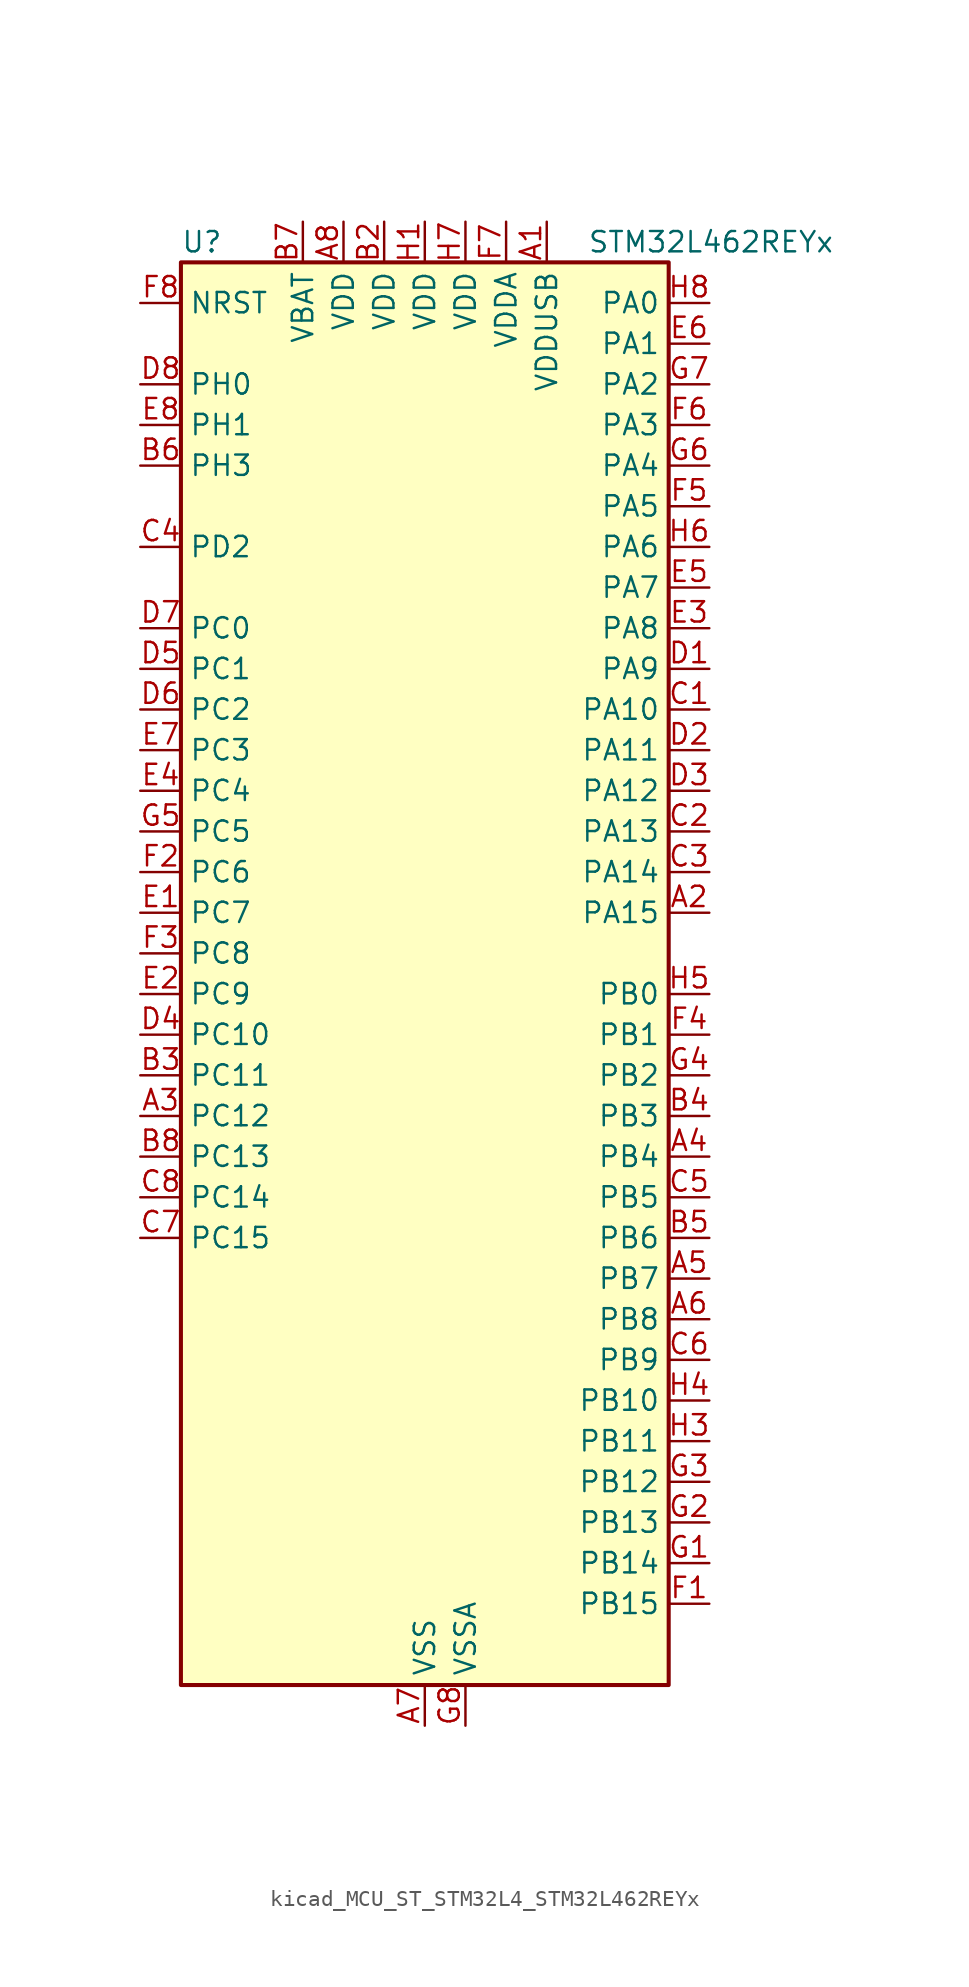
<source format=kicad_sym>
(kicad_symbol_lib
  (version 20220914)
  (generator kicad_symbol_editor)
  (symbol "kicad_MCU_ST_STM32L4_STM32L462REYx"
    (property "Reference" "U"
      (at -15.24 46.99 0)
      (effects (font (size 1.27 1.27)) (justify left)))
    (property "Value" "STM32L462REYx"
      (at 10.16 46.99 0)
      (effects (font (size 1.27 1.27)) (justify left)))
    (property "ki_locked" ""
      (at 0 0 0)
      (effects (font (size 1.27 1.27))))
    (symbol "kicad_MCU_ST_STM32L4_STM32L462REYx_0_1"
      (rectangle (start -15.24 -43.18) (end 15.24 45.72) (stroke (width 0.254) (type default)) (fill (type background))))
    (symbol "kicad_MCU_ST_STM32L4_STM32L462REYx_1_1"
      (pin power_in line (at 7.62 48.26 270) (length 2.54) (name "VDDUSB" (effects (font (size 1.27 1.27)))) (number "A1" (effects (font (size 1.27 1.27)))))
      (pin bidirectional line (at 17.78 5.08 180) (length 2.54) (name "PA15" (effects (font (size 1.27 1.27)))) (number "A2" (effects (font (size 1.27 1.27)))) (alternate "ADC1_EXTI15" bidirectional line) (alternate "SPI1_NSS" bidirectional line) (alternate "SPI3_NSS" bidirectional line) (alternate "SYS_JTDI" bidirectional line) (alternate "TIM2_CH1" bidirectional line) (alternate "TIM2_ETR" bidirectional line) (alternate "TSC_G3_IO1" bidirectional line) (alternate "UART4_DE" bidirectional line) (alternate "UART4_RTS" bidirectional line) (alternate "USART2_RX" bidirectional line) (alternate "USART3_DE" bidirectional line) (alternate "USART3_RTS" bidirectional line))
      (pin bidirectional line (at -17.78 -7.62 0) (length 2.54) (name "PC12" (effects (font (size 1.27 1.27)))) (number "A3" (effects (font (size 1.27 1.27)))) (alternate "SDMMC1_CK" bidirectional line) (alternate "SPI3_MOSI" bidirectional line) (alternate "SYS_TRACED3" bidirectional line) (alternate "TSC_G3_IO4" bidirectional line) (alternate "USART3_CK" bidirectional line))
      (pin bidirectional line (at 17.78 -10.16 180) (length 2.54) (name "PB4" (effects (font (size 1.27 1.27)))) (number "A4" (effects (font (size 1.27 1.27)))) (alternate "COMP2_INP" bidirectional line) (alternate "I2C3_SDA" bidirectional line) (alternate "SAI1_MCLK_B" bidirectional line) (alternate "SPI1_MISO" bidirectional line) (alternate "SPI3_MISO" bidirectional line) (alternate "SYS_JTRST" bidirectional line) (alternate "TIM3_CH1" bidirectional line) (alternate "TSC_G2_IO1" bidirectional line) (alternate "USART1_CTS" bidirectional line))
      (pin bidirectional line (at 17.78 -17.78 180) (length 2.54) (name "PB7" (effects (font (size 1.27 1.27)))) (number "A5" (effects (font (size 1.27 1.27)))) (alternate "COMP2_INM" bidirectional line) (alternate "I2C1_SDA" bidirectional line) (alternate "I2C4_SDA" bidirectional line) (alternate "LPTIM1_IN2" bidirectional line) (alternate "SYS_PVD_IN" bidirectional line) (alternate "TSC_G2_IO4" bidirectional line) (alternate "UART4_CTS" bidirectional line) (alternate "USART1_RX" bidirectional line))
      (pin bidirectional line (at 17.78 -20.32 180) (length 2.54) (name "PB8" (effects (font (size 1.27 1.27)))) (number "A6" (effects (font (size 1.27 1.27)))) (alternate "CAN1_RX" bidirectional line) (alternate "I2C1_SCL" bidirectional line) (alternate "SAI1_MCLK_A" bidirectional line) (alternate "SDMMC1_D4" bidirectional line) (alternate "TIM16_CH1" bidirectional line))
      (pin power_in line (at 0 -45.72 90) (length 2.54) (name "VSS" (effects (font (size 1.27 1.27)))) (number "A7" (effects (font (size 1.27 1.27)))))
      (pin power_in line (at -5.08 48.26 270) (length 2.54) (name "VDD" (effects (font (size 1.27 1.27)))) (number "A8" (effects (font (size 1.27 1.27)))))
      (pin passive line (at 0 -45.72 90) (length 2.54) hide (name "VSS" (effects (font (size 1.27 1.27)))) (number "B1" (effects (font (size 1.27 1.27)))))
      (pin power_in line (at -2.54 48.26 270) (length 2.54) (name "VDD" (effects (font (size 1.27 1.27)))) (number "B2" (effects (font (size 1.27 1.27)))))
      (pin bidirectional line (at -17.78 -5.08 0) (length 2.54) (name "PC11" (effects (font (size 1.27 1.27)))) (number "B3" (effects (font (size 1.27 1.27)))) (alternate "ADC1_EXTI11" bidirectional line) (alternate "SDMMC1_D3" bidirectional line) (alternate "SPI3_MISO" bidirectional line) (alternate "TSC_G3_IO3" bidirectional line) (alternate "UART4_RX" bidirectional line) (alternate "USART3_RX" bidirectional line))
      (pin bidirectional line (at 17.78 -7.62 180) (length 2.54) (name "PB3" (effects (font (size 1.27 1.27)))) (number "B4" (effects (font (size 1.27 1.27)))) (alternate "COMP2_INM" bidirectional line) (alternate "SAI1_SCK_B" bidirectional line) (alternate "SPI1_SCK" bidirectional line) (alternate "SPI3_SCK" bidirectional line) (alternate "SYS_JTDO-SWO" bidirectional line) (alternate "TIM2_CH2" bidirectional line) (alternate "USART1_DE" bidirectional line) (alternate "USART1_RTS" bidirectional line))
      (pin bidirectional line (at 17.78 -15.24 180) (length 2.54) (name "PB6" (effects (font (size 1.27 1.27)))) (number "B5" (effects (font (size 1.27 1.27)))) (alternate "CAN1_TX" bidirectional line) (alternate "COMP2_INP" bidirectional line) (alternate "I2C1_SCL" bidirectional line) (alternate "I2C4_SCL" bidirectional line) (alternate "LPTIM1_ETR" bidirectional line) (alternate "SAI1_FS_B" bidirectional line) (alternate "TIM16_CH1N" bidirectional line) (alternate "TSC_G2_IO3" bidirectional line) (alternate "USART1_TX" bidirectional line))
      (pin bidirectional line (at -17.78 33.02 0) (length 2.54) (name "PH3" (effects (font (size 1.27 1.27)))) (number "B6" (effects (font (size 1.27 1.27)))))
      (pin power_in line (at -7.62 48.26 270) (length 2.54) (name "VBAT" (effects (font (size 1.27 1.27)))) (number "B7" (effects (font (size 1.27 1.27)))))
      (pin bidirectional line (at -17.78 -10.16 0) (length 2.54) (name "PC13" (effects (font (size 1.27 1.27)))) (number "B8" (effects (font (size 1.27 1.27)))) (alternate "RTC_OUT_ALARM" bidirectional line) (alternate "RTC_OUT_CALIB" bidirectional line) (alternate "RTC_TAMP1" bidirectional line) (alternate "RTC_TS" bidirectional line) (alternate "SYS_WKUP2" bidirectional line))
      (pin bidirectional line (at 17.78 17.78 180) (length 2.54) (name "PA10" (effects (font (size 1.27 1.27)))) (number "C1" (effects (font (size 1.27 1.27)))) (alternate "CRS_SYNC" bidirectional line) (alternate "I2C1_SDA" bidirectional line) (alternate "SAI1_SD_A" bidirectional line) (alternate "TIM1_CH3" bidirectional line) (alternate "USART1_RX" bidirectional line))
      (pin bidirectional line (at 17.78 10.16 180) (length 2.54) (name "PA13" (effects (font (size 1.27 1.27)))) (number "C2" (effects (font (size 1.27 1.27)))) (alternate "IR_OUT" bidirectional line) (alternate "SAI1_SD_B" bidirectional line) (alternate "SYS_JTMS-SWDIO" bidirectional line) (alternate "USB_NOE" bidirectional line))
      (pin bidirectional line (at 17.78 7.62 180) (length 2.54) (name "PA14" (effects (font (size 1.27 1.27)))) (number "C3" (effects (font (size 1.27 1.27)))) (alternate "I2C1_SMBA" bidirectional line) (alternate "I2C4_SMBA" bidirectional line) (alternate "LPTIM1_OUT" bidirectional line) (alternate "SAI1_FS_B" bidirectional line) (alternate "SYS_JTCK-SWCLK" bidirectional line))
      (pin bidirectional line (at -17.78 27.94 0) (length 2.54) (name "PD2" (effects (font (size 1.27 1.27)))) (number "C4" (effects (font (size 1.27 1.27)))) (alternate "SDMMC1_CMD" bidirectional line) (alternate "SYS_TRACED2" bidirectional line) (alternate "TIM3_ETR" bidirectional line) (alternate "TSC_SYNC" bidirectional line) (alternate "USART3_DE" bidirectional line) (alternate "USART3_RTS" bidirectional line))
      (pin bidirectional line (at 17.78 -12.7 180) (length 2.54) (name "PB5" (effects (font (size 1.27 1.27)))) (number "C5" (effects (font (size 1.27 1.27)))) (alternate "CAN1_RX" bidirectional line) (alternate "COMP2_OUT" bidirectional line) (alternate "I2C1_SMBA" bidirectional line) (alternate "LPTIM1_IN1" bidirectional line) (alternate "SAI1_SD_B" bidirectional line) (alternate "SPI1_MOSI" bidirectional line) (alternate "SPI3_MOSI" bidirectional line) (alternate "TIM16_BKIN" bidirectional line) (alternate "TIM3_CH2" bidirectional line) (alternate "TSC_G2_IO2" bidirectional line) (alternate "USART1_CK" bidirectional line))
      (pin bidirectional line (at 17.78 -22.86 180) (length 2.54) (name "PB9" (effects (font (size 1.27 1.27)))) (number "C6" (effects (font (size 1.27 1.27)))) (alternate "CAN1_TX" bidirectional line) (alternate "DAC1_EXTI9" bidirectional line) (alternate "I2C1_SDA" bidirectional line) (alternate "IR_OUT" bidirectional line) (alternate "SAI1_FS_A" bidirectional line) (alternate "SDMMC1_D5" bidirectional line) (alternate "SPI2_NSS" bidirectional line))
      (pin bidirectional line (at -17.78 -15.24 0) (length 2.54) (name "PC15" (effects (font (size 1.27 1.27)))) (number "C7" (effects (font (size 1.27 1.27)))) (alternate "ADC1_EXTI15" bidirectional line) (alternate "RCC_OSC32_OUT" bidirectional line))
      (pin bidirectional line (at -17.78 -12.7 0) (length 2.54) (name "PC14" (effects (font (size 1.27 1.27)))) (number "C8" (effects (font (size 1.27 1.27)))) (alternate "RCC_OSC32_IN" bidirectional line))
      (pin bidirectional line (at 17.78 20.32 180) (length 2.54) (name "PA9" (effects (font (size 1.27 1.27)))) (number "D1" (effects (font (size 1.27 1.27)))) (alternate "DAC1_EXTI9" bidirectional line) (alternate "DFSDM1_DATIN1" bidirectional line) (alternate "I2C1_SCL" bidirectional line) (alternate "SAI1_FS_A" bidirectional line) (alternate "TIM15_BKIN" bidirectional line) (alternate "TIM1_CH2" bidirectional line) (alternate "USART1_TX" bidirectional line))
      (pin bidirectional line (at 17.78 15.24 180) (length 2.54) (name "PA11" (effects (font (size 1.27 1.27)))) (number "D2" (effects (font (size 1.27 1.27)))) (alternate "ADC1_EXTI11" bidirectional line) (alternate "CAN1_RX" bidirectional line) (alternate "COMP1_OUT" bidirectional line) (alternate "SPI1_MISO" bidirectional line) (alternate "TIM1_BKIN2" bidirectional line) (alternate "TIM1_BKIN2_COMP1" bidirectional line) (alternate "TIM1_CH4" bidirectional line) (alternate "USART1_CTS" bidirectional line) (alternate "USB_DM" bidirectional line))
      (pin bidirectional line (at 17.78 12.7 180) (length 2.54) (name "PA12" (effects (font (size 1.27 1.27)))) (number "D3" (effects (font (size 1.27 1.27)))) (alternate "CAN1_TX" bidirectional line) (alternate "SPI1_MOSI" bidirectional line) (alternate "TIM1_ETR" bidirectional line) (alternate "USART1_DE" bidirectional line) (alternate "USART1_RTS" bidirectional line) (alternate "USB_DP" bidirectional line))
      (pin bidirectional line (at -17.78 -2.54 0) (length 2.54) (name "PC10" (effects (font (size 1.27 1.27)))) (number "D4" (effects (font (size 1.27 1.27)))) (alternate "SDMMC1_D2" bidirectional line) (alternate "SPI3_SCK" bidirectional line) (alternate "SYS_TRACED1" bidirectional line) (alternate "TSC_G3_IO2" bidirectional line) (alternate "UART4_TX" bidirectional line) (alternate "USART3_TX" bidirectional line))
      (pin bidirectional line (at -17.78 20.32 0) (length 2.54) (name "PC1" (effects (font (size 1.27 1.27)))) (number "D5" (effects (font (size 1.27 1.27)))) (alternate "ADC1_IN2" bidirectional line) (alternate "I2C3_SDA" bidirectional line) (alternate "I2C4_SDA" bidirectional line) (alternate "LPTIM1_OUT" bidirectional line) (alternate "LPUART1_TX" bidirectional line) (alternate "SYS_TRACED0" bidirectional line))
      (pin bidirectional line (at -17.78 17.78 0) (length 2.54) (name "PC2" (effects (font (size 1.27 1.27)))) (number "D6" (effects (font (size 1.27 1.27)))) (alternate "ADC1_IN3" bidirectional line) (alternate "DFSDM1_CKOUT" bidirectional line) (alternate "LPTIM1_IN2" bidirectional line) (alternate "SPI2_MISO" bidirectional line))
      (pin bidirectional line (at -17.78 22.86 0) (length 2.54) (name "PC0" (effects (font (size 1.27 1.27)))) (number "D7" (effects (font (size 1.27 1.27)))) (alternate "ADC1_IN1" bidirectional line) (alternate "I2C3_SCL" bidirectional line) (alternate "I2C4_SCL" bidirectional line) (alternate "LPTIM1_IN1" bidirectional line) (alternate "LPTIM2_IN1" bidirectional line) (alternate "LPUART1_RX" bidirectional line))
      (pin bidirectional line (at -17.78 38.1 0) (length 2.54) (name "PH0" (effects (font (size 1.27 1.27)))) (number "D8" (effects (font (size 1.27 1.27)))) (alternate "RCC_OSC_IN" bidirectional line))
      (pin bidirectional line (at -17.78 5.08 0) (length 2.54) (name "PC7" (effects (font (size 1.27 1.27)))) (number "E1" (effects (font (size 1.27 1.27)))) (alternate "DFSDM1_DATIN3" bidirectional line) (alternate "SDMMC1_D7" bidirectional line) (alternate "TIM3_CH2" bidirectional line) (alternate "TSC_G4_IO2" bidirectional line))
      (pin bidirectional line (at -17.78 0 0) (length 2.54) (name "PC9" (effects (font (size 1.27 1.27)))) (number "E2" (effects (font (size 1.27 1.27)))) (alternate "DAC1_EXTI9" bidirectional line) (alternate "SDMMC1_D1" bidirectional line) (alternate "TIM3_CH4" bidirectional line) (alternate "TSC_G4_IO4" bidirectional line) (alternate "USB_NOE" bidirectional line))
      (pin bidirectional line (at 17.78 22.86 180) (length 2.54) (name "PA8" (effects (font (size 1.27 1.27)))) (number "E3" (effects (font (size 1.27 1.27)))) (alternate "DFSDM1_CKIN1" bidirectional line) (alternate "LPTIM2_OUT" bidirectional line) (alternate "RCC_MCO" bidirectional line) (alternate "SAI1_SCK_A" bidirectional line) (alternate "TIM1_CH1" bidirectional line) (alternate "USART1_CK" bidirectional line))
      (pin bidirectional line (at -17.78 12.7 0) (length 2.54) (name "PC4" (effects (font (size 1.27 1.27)))) (number "E4" (effects (font (size 1.27 1.27)))) (alternate "ADC1_IN13" bidirectional line) (alternate "COMP1_INM" bidirectional line) (alternate "USART3_TX" bidirectional line))
      (pin bidirectional line (at 17.78 25.4 180) (length 2.54) (name "PA7" (effects (font (size 1.27 1.27)))) (number "E5" (effects (font (size 1.27 1.27)))) (alternate "ADC1_IN12" bidirectional line) (alternate "COMP2_OUT" bidirectional line) (alternate "DFSDM1_DATIN0" bidirectional line) (alternate "I2C3_SCL" bidirectional line) (alternate "QUADSPI_BK1_IO2" bidirectional line) (alternate "SPI1_MOSI" bidirectional line) (alternate "TIM1_CH1N" bidirectional line) (alternate "TIM3_CH2" bidirectional line))
      (pin bidirectional line (at 17.78 40.64 180) (length 2.54) (name "PA1" (effects (font (size 1.27 1.27)))) (number "E6" (effects (font (size 1.27 1.27)))) (alternate "ADC1_IN6" bidirectional line) (alternate "COMP1_INP" bidirectional line) (alternate "I2C1_SMBA" bidirectional line) (alternate "OPAMP1_VINM" bidirectional line) (alternate "SPI1_SCK" bidirectional line) (alternate "TIM15_CH1N" bidirectional line) (alternate "TIM2_CH2" bidirectional line) (alternate "UART4_RX" bidirectional line) (alternate "USART2_DE" bidirectional line) (alternate "USART2_RTS" bidirectional line))
      (pin bidirectional line (at -17.78 15.24 0) (length 2.54) (name "PC3" (effects (font (size 1.27 1.27)))) (number "E7" (effects (font (size 1.27 1.27)))) (alternate "ADC1_IN4" bidirectional line) (alternate "LPTIM1_ETR" bidirectional line) (alternate "LPTIM2_ETR" bidirectional line) (alternate "SAI1_SD_A" bidirectional line) (alternate "SPI2_MOSI" bidirectional line))
      (pin bidirectional line (at -17.78 35.56 0) (length 2.54) (name "PH1" (effects (font (size 1.27 1.27)))) (number "E8" (effects (font (size 1.27 1.27)))) (alternate "RCC_OSC_OUT" bidirectional line))
      (pin bidirectional line (at 17.78 -38.1 180) (length 2.54) (name "PB15" (effects (font (size 1.27 1.27)))) (number "F1" (effects (font (size 1.27 1.27)))) (alternate "ADC1_EXTI15" bidirectional line) (alternate "DFSDM1_CKIN2" bidirectional line) (alternate "RTC_REFIN" bidirectional line) (alternate "SAI1_SD_A" bidirectional line) (alternate "SPI2_MOSI" bidirectional line) (alternate "TIM15_CH2" bidirectional line) (alternate "TIM1_CH3N" bidirectional line) (alternate "TSC_G1_IO4" bidirectional line))
      (pin bidirectional line (at -17.78 7.62 0) (length 2.54) (name "PC6" (effects (font (size 1.27 1.27)))) (number "F2" (effects (font (size 1.27 1.27)))) (alternate "DFSDM1_CKIN3" bidirectional line) (alternate "SDMMC1_D6" bidirectional line) (alternate "TIM3_CH1" bidirectional line) (alternate "TSC_G4_IO1" bidirectional line))
      (pin bidirectional line (at -17.78 2.54 0) (length 2.54) (name "PC8" (effects (font (size 1.27 1.27)))) (number "F3" (effects (font (size 1.27 1.27)))) (alternate "SDMMC1_D0" bidirectional line) (alternate "TIM3_CH3" bidirectional line) (alternate "TSC_G4_IO3" bidirectional line))
      (pin bidirectional line (at 17.78 -2.54 180) (length 2.54) (name "PB1" (effects (font (size 1.27 1.27)))) (number "F4" (effects (font (size 1.27 1.27)))) (alternate "ADC1_IN16" bidirectional line) (alternate "COMP1_INM" bidirectional line) (alternate "DFSDM1_DATIN0" bidirectional line) (alternate "LPTIM2_IN1" bidirectional line) (alternate "LPUART1_DE" bidirectional line) (alternate "LPUART1_RTS" bidirectional line) (alternate "QUADSPI_BK1_IO0" bidirectional line) (alternate "TIM1_CH3N" bidirectional line) (alternate "TIM3_CH4" bidirectional line) (alternate "USART3_DE" bidirectional line) (alternate "USART3_RTS" bidirectional line))
      (pin bidirectional line (at 17.78 30.48 180) (length 2.54) (name "PA5" (effects (font (size 1.27 1.27)))) (number "F5" (effects (font (size 1.27 1.27)))) (alternate "ADC1_IN10" bidirectional line) (alternate "COMP1_INM" bidirectional line) (alternate "COMP2_INM" bidirectional line) (alternate "DFSDM1_CKOUT" bidirectional line) (alternate "LPTIM2_ETR" bidirectional line) (alternate "SPI1_SCK" bidirectional line) (alternate "TIM2_CH1" bidirectional line) (alternate "TIM2_ETR" bidirectional line))
      (pin bidirectional line (at 17.78 35.56 180) (length 2.54) (name "PA3" (effects (font (size 1.27 1.27)))) (number "F6" (effects (font (size 1.27 1.27)))) (alternate "ADC1_IN8" bidirectional line) (alternate "COMP2_INP" bidirectional line) (alternate "LPUART1_RX" bidirectional line) (alternate "OPAMP1_VOUT" bidirectional line) (alternate "QUADSPI_CLK" bidirectional line) (alternate "SAI1_MCLK_A" bidirectional line) (alternate "TIM15_CH2" bidirectional line) (alternate "TIM2_CH4" bidirectional line) (alternate "USART2_RX" bidirectional line))
      (pin power_in line (at 5.08 48.26 270) (length 2.54) (name "VDDA" (effects (font (size 1.27 1.27)))) (number "F7" (effects (font (size 1.27 1.27)))))
      (pin input line (at -17.78 43.18 0) (length 2.54) (name "NRST" (effects (font (size 1.27 1.27)))) (number "F8" (effects (font (size 1.27 1.27)))))
      (pin bidirectional line (at 17.78 -35.56 180) (length 2.54) (name "PB14" (effects (font (size 1.27 1.27)))) (number "G1" (effects (font (size 1.27 1.27)))) (alternate "DFSDM1_DATIN2" bidirectional line) (alternate "I2C2_SDA" bidirectional line) (alternate "SAI1_MCLK_A" bidirectional line) (alternate "SPI2_MISO" bidirectional line) (alternate "TIM15_CH1" bidirectional line) (alternate "TIM1_CH2N" bidirectional line) (alternate "TSC_G1_IO3" bidirectional line) (alternate "USART3_DE" bidirectional line) (alternate "USART3_RTS" bidirectional line))
      (pin bidirectional line (at 17.78 -33.02 180) (length 2.54) (name "PB13" (effects (font (size 1.27 1.27)))) (number "G2" (effects (font (size 1.27 1.27)))) (alternate "CAN1_TX" bidirectional line) (alternate "DFSDM1_CKIN1" bidirectional line) (alternate "I2C2_SCL" bidirectional line) (alternate "LPUART1_CTS" bidirectional line) (alternate "SAI1_SCK_A" bidirectional line) (alternate "SPI2_SCK" bidirectional line) (alternate "TIM15_CH1N" bidirectional line) (alternate "TIM1_CH1N" bidirectional line) (alternate "TSC_G1_IO2" bidirectional line) (alternate "USART3_CTS" bidirectional line))
      (pin bidirectional line (at 17.78 -30.48 180) (length 2.54) (name "PB12" (effects (font (size 1.27 1.27)))) (number "G3" (effects (font (size 1.27 1.27)))) (alternate "CAN1_RX" bidirectional line) (alternate "DFSDM1_DATIN1" bidirectional line) (alternate "I2C2_SMBA" bidirectional line) (alternate "LPUART1_DE" bidirectional line) (alternate "LPUART1_RTS" bidirectional line) (alternate "SAI1_FS_A" bidirectional line) (alternate "SPI2_NSS" bidirectional line) (alternate "TIM15_BKIN" bidirectional line) (alternate "TIM1_BKIN" bidirectional line) (alternate "TIM1_BKIN_COMP2" bidirectional line) (alternate "TSC_G1_IO1" bidirectional line) (alternate "USART3_CK" bidirectional line))
      (pin bidirectional line (at 17.78 -5.08 180) (length 2.54) (name "PB2" (effects (font (size 1.27 1.27)))) (number "G4" (effects (font (size 1.27 1.27)))) (alternate "COMP1_INP" bidirectional line) (alternate "DFSDM1_CKIN0" bidirectional line) (alternate "I2C3_SMBA" bidirectional line) (alternate "LPTIM1_OUT" bidirectional line) (alternate "RTC_OUT_ALARM" bidirectional line) (alternate "RTC_OUT_CALIB" bidirectional line))
      (pin bidirectional line (at -17.78 10.16 0) (length 2.54) (name "PC5" (effects (font (size 1.27 1.27)))) (number "G5" (effects (font (size 1.27 1.27)))) (alternate "ADC1_IN14" bidirectional line) (alternate "COMP1_INP" bidirectional line) (alternate "SYS_WKUP5" bidirectional line) (alternate "USART3_RX" bidirectional line))
      (pin bidirectional line (at 17.78 33.02 180) (length 2.54) (name "PA4" (effects (font (size 1.27 1.27)))) (number "G6" (effects (font (size 1.27 1.27)))) (alternate "ADC1_IN9" bidirectional line) (alternate "COMP1_INM" bidirectional line) (alternate "COMP2_INM" bidirectional line) (alternate "DAC1_OUT1" bidirectional line) (alternate "LPTIM2_OUT" bidirectional line) (alternate "SAI1_FS_B" bidirectional line) (alternate "SPI1_NSS" bidirectional line) (alternate "SPI3_NSS" bidirectional line) (alternate "USART2_CK" bidirectional line))
      (pin bidirectional line (at 17.78 38.1 180) (length 2.54) (name "PA2" (effects (font (size 1.27 1.27)))) (number "G7" (effects (font (size 1.27 1.27)))) (alternate "ADC1_IN7" bidirectional line) (alternate "COMP2_INM" bidirectional line) (alternate "COMP2_OUT" bidirectional line) (alternate "LPUART1_TX" bidirectional line) (alternate "QUADSPI_BK1_NCS" bidirectional line) (alternate "RCC_LSCO" bidirectional line) (alternate "SYS_WKUP4" bidirectional line) (alternate "TIM15_CH1" bidirectional line) (alternate "TIM2_CH3" bidirectional line) (alternate "USART2_TX" bidirectional line))
      (pin power_in line (at 2.54 -45.72 90) (length 2.54) (name "VSSA" (effects (font (size 1.27 1.27)))) (number "G8" (effects (font (size 1.27 1.27)))))
      (pin power_in line (at 0 48.26 270) (length 2.54) (name "VDD" (effects (font (size 1.27 1.27)))) (number "H1" (effects (font (size 1.27 1.27)))))
      (pin passive line (at 0 -45.72 90) (length 2.54) hide (name "VSS" (effects (font (size 1.27 1.27)))) (number "H2" (effects (font (size 1.27 1.27)))))
      (pin bidirectional line (at 17.78 -27.94 180) (length 2.54) (name "PB11" (effects (font (size 1.27 1.27)))) (number "H3" (effects (font (size 1.27 1.27)))) (alternate "ADC1_EXTI11" bidirectional line) (alternate "COMP2_OUT" bidirectional line) (alternate "I2C2_SDA" bidirectional line) (alternate "I2C4_SDA" bidirectional line) (alternate "LPUART1_TX" bidirectional line) (alternate "QUADSPI_BK1_NCS" bidirectional line) (alternate "TIM2_CH4" bidirectional line) (alternate "USART3_RX" bidirectional line))
      (pin bidirectional line (at 17.78 -25.4 180) (length 2.54) (name "PB10" (effects (font (size 1.27 1.27)))) (number "H4" (effects (font (size 1.27 1.27)))) (alternate "COMP1_OUT" bidirectional line) (alternate "I2C2_SCL" bidirectional line) (alternate "I2C4_SCL" bidirectional line) (alternate "LPUART1_RX" bidirectional line) (alternate "QUADSPI_CLK" bidirectional line) (alternate "SAI1_SCK_A" bidirectional line) (alternate "SPI2_SCK" bidirectional line) (alternate "TIM2_CH3" bidirectional line) (alternate "TSC_SYNC" bidirectional line) (alternate "USART3_TX" bidirectional line))
      (pin bidirectional line (at 17.78 0 180) (length 2.54) (name "PB0" (effects (font (size 1.27 1.27)))) (number "H5" (effects (font (size 1.27 1.27)))) (alternate "ADC1_IN15" bidirectional line) (alternate "COMP1_OUT" bidirectional line) (alternate "DFSDM1_CKIN0" bidirectional line) (alternate "QUADSPI_BK1_IO1" bidirectional line) (alternate "SAI1_EXTCLK" bidirectional line) (alternate "SPI1_NSS" bidirectional line) (alternate "TIM1_CH2N" bidirectional line) (alternate "TIM3_CH3" bidirectional line) (alternate "USART3_CK" bidirectional line))
      (pin bidirectional line (at 17.78 27.94 180) (length 2.54) (name "PA6" (effects (font (size 1.27 1.27)))) (number "H6" (effects (font (size 1.27 1.27)))) (alternate "ADC1_IN11" bidirectional line) (alternate "COMP1_OUT" bidirectional line) (alternate "LPUART1_CTS" bidirectional line) (alternate "QUADSPI_BK1_IO3" bidirectional line) (alternate "SPI1_MISO" bidirectional line) (alternate "TIM16_CH1" bidirectional line) (alternate "TIM1_BKIN" bidirectional line) (alternate "TIM1_BKIN_COMP2" bidirectional line) (alternate "TIM3_CH1" bidirectional line) (alternate "USART3_CTS" bidirectional line))
      (pin power_in line (at 2.54 48.26 270) (length 2.54) (name "VDD" (effects (font (size 1.27 1.27)))) (number "H7" (effects (font (size 1.27 1.27)))))
      (pin bidirectional line (at 17.78 43.18 180) (length 2.54) (name "PA0" (effects (font (size 1.27 1.27)))) (number "H8" (effects (font (size 1.27 1.27)))) (alternate "ADC1_IN5" bidirectional line) (alternate "COMP1_INM" bidirectional line) (alternate "COMP1_OUT" bidirectional line) (alternate "OPAMP1_VINP" bidirectional line) (alternate "RTC_TAMP2" bidirectional line) (alternate "SAI1_EXTCLK" bidirectional line) (alternate "SYS_WKUP1" bidirectional line) (alternate "TIM2_CH1" bidirectional line) (alternate "TIM2_ETR" bidirectional line) (alternate "UART4_TX" bidirectional line) (alternate "USART2_CTS" bidirectional line)))))
</source>
